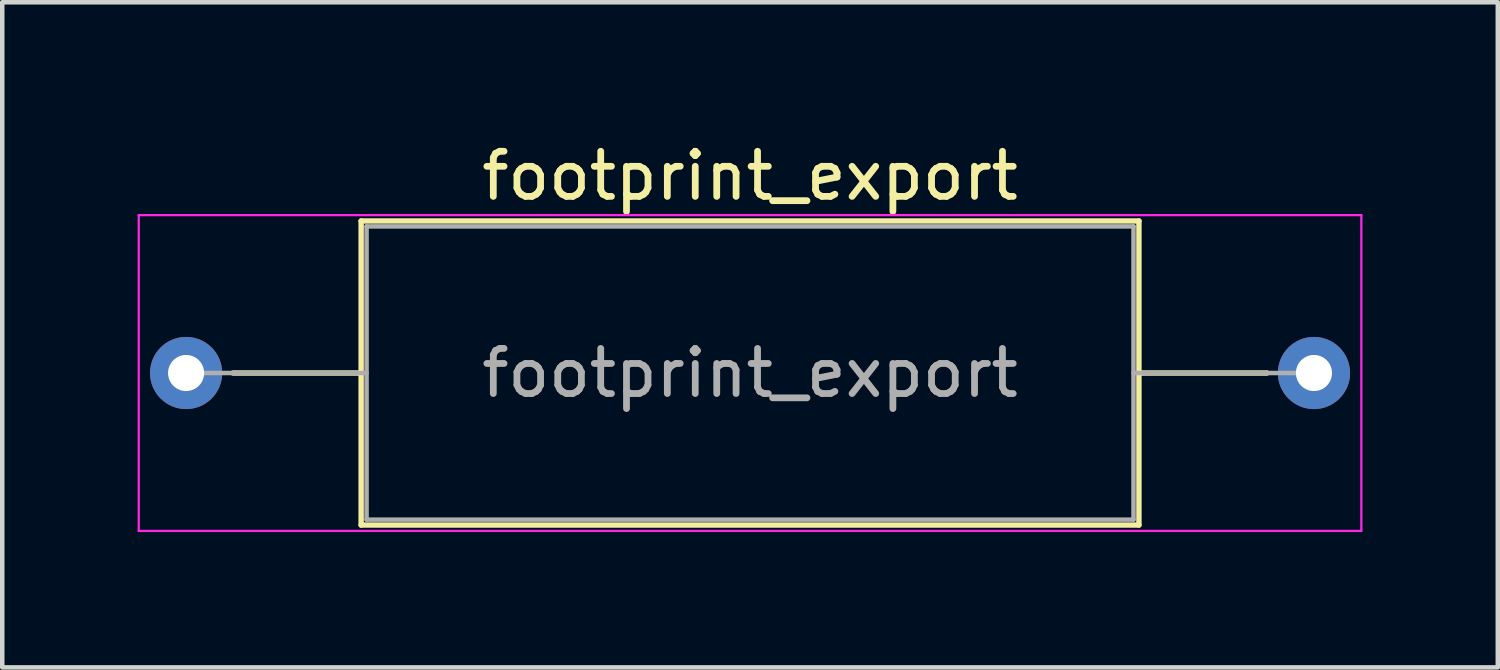
<source format=kicad_pcb>
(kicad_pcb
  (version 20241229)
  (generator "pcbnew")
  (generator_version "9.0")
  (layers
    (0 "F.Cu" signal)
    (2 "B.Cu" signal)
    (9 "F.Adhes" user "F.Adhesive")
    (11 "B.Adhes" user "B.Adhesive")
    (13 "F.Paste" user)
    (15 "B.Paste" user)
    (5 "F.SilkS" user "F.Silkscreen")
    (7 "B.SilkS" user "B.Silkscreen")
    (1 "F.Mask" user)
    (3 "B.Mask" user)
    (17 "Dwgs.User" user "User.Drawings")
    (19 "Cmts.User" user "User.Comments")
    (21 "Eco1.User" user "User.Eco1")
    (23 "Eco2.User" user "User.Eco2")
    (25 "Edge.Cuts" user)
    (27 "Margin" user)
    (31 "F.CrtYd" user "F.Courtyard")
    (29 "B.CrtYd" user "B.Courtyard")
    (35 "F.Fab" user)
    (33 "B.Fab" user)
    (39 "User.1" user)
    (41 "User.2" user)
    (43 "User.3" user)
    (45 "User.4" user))
  (footprint "footprint_export"
    (layer "F.Cu")
    (at 1.075 5.218)
    (property "Reference" "footprint_export" (at 12.5 -4.37 0) (layer "F.SilkS") (effects (font (size 1 1) (thickness 0.15))))
    (attr through_hole)
    (fp_line (start 1.04 0) (end 3.88 0) (stroke (width 0.12) (type solid)) (layer "F.SilkS"))
    (fp_line (start 3.88 -3.37) (end 3.88 3.37) (stroke (width 0.12) (type solid)) (layer "F.SilkS"))
    (fp_line (start 3.88 3.37) (end 21.12 3.37) (stroke (width 0.12) (type solid)) (layer "F.SilkS"))
    (fp_line (start 21.12 -3.37) (end 3.88 -3.37) (stroke (width 0.12) (type solid)) (layer "F.SilkS"))
    (fp_line (start 21.12 3.37) (end 21.12 -3.37) (stroke (width 0.12) (type solid)) (layer "F.SilkS"))
    (fp_line (start 23.96 0) (end 21.12 0) (stroke (width 0.12) (type solid)) (layer "F.SilkS"))
    (fp_line (start -1.05 -3.5) (end -1.05 3.5) (stroke (width 0.05) (type solid)) (layer "F.CrtYd"))
    (fp_line (start -1.05 3.5) (end 26.05 3.5) (stroke (width 0.05) (type solid)) (layer "F.CrtYd"))
    (fp_line (start 26.05 -3.5) (end -1.05 -3.5) (stroke (width 0.05) (type solid)) (layer "F.CrtYd"))
    (fp_line (start 26.05 3.5) (end 26.05 -3.5) (stroke (width 0.05) (type solid)) (layer "F.CrtYd"))
    (fp_line (start 0 0) (end 4 0) (stroke (width 0.1) (type solid)) (layer "F.Fab"))
    (fp_line (start 4 -3.25) (end 4 3.25) (stroke (width 0.1) (type solid)) (layer "F.Fab"))
    (fp_line (start 4 3.25) (end 21 3.25) (stroke (width 0.1) (type solid)) (layer "F.Fab"))
    (fp_line (start 21 -3.25) (end 4 -3.25) (stroke (width 0.1) (type solid)) (layer "F.Fab"))
    (fp_line (start 21 3.25) (end 21 -3.25) (stroke (width 0.1) (type solid)) (layer "F.Fab"))
    (fp_line (start 25 0) (end 21 0) (stroke (width 0.1) (type solid)) (layer "F.Fab"))
    (fp_text user "${REFERENCE}" (at 12.5 0 0) (layer "F.Fab") (effects (font (size 1 1) (thickness 0.15))))
    (pad "1" thru_hole circle (at 0 0) (size 1.6 1.6) (drill 0.8) (layers "*.Cu" "*.Mask"))
    (pad "2" thru_hole oval (at 25 0) (size 1.6 1.6) (drill 0.8) (layers "*.Cu" "*.Mask")))
  (gr_rect
    (start -3 -3)
    (end 30.15 11.743)
    (stroke (width 0.1) (type default))
    (fill no)
    (layer "Edge.Cuts")))
</source>
